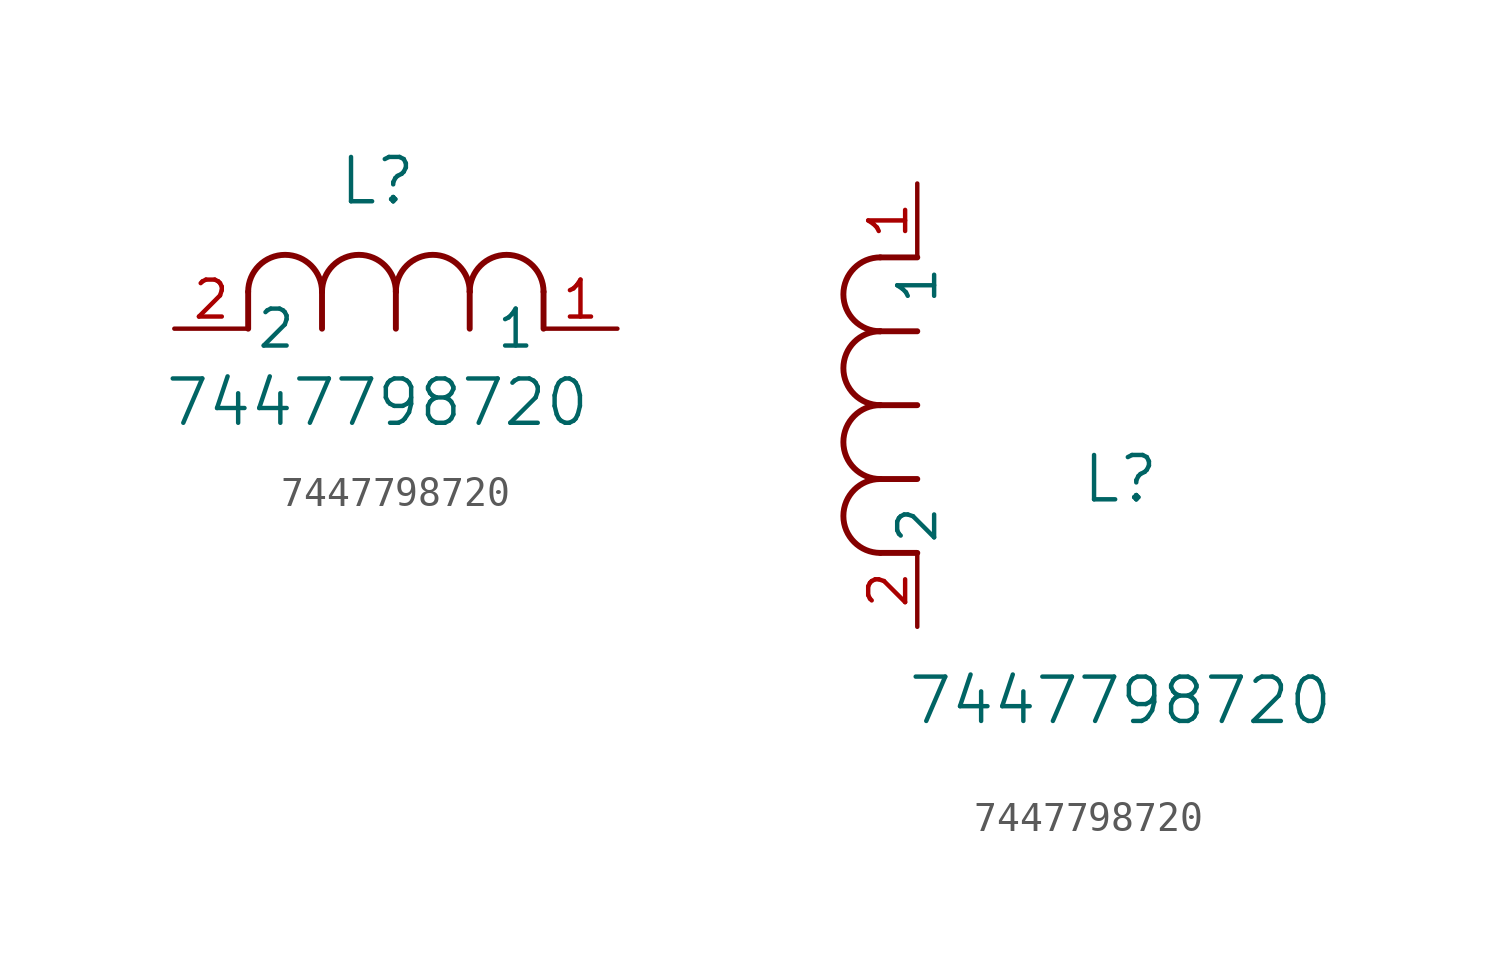
<source format=kicad_sym>
(kicad_symbol_lib
  (version 20211014)
  (generator kicad_symbol_editor)
  (symbol "7447798720"
    (pin_names
      (offset 0.254))
    (property "Reference" "L"
      (at 6.985 5.08 0)
      (effects (font (size 1.524 1.524))))
    (property "Value" "7447798720"
      (at 6.985 -2.54 0)
      (effects (font (size 1.524 1.524))))
    (symbol "7447798720_1_1"
      (arc (start 7.62 1.27) (mid 6.35 2.54) (end 5.08 1.27) (stroke (width 0.2032) (type default) (color 0 0 0 0)) (fill (type none)))
      (polyline (pts (xy 5.08 0) (xy 5.08 1.27)) (stroke (width 0.203) (type default) (color 0 0 0 0)) (fill (type none)))
      (polyline (pts (xy 7.62 0) (xy 7.62 1.27)) (stroke (width 0.203) (type default) (color 0 0 0 0)) (fill (type none)))
      (polyline (pts (xy 12.7 0) (xy 12.7 1.27)) (stroke (width 0.203) (type default) (color 0 0 0 0)) (fill (type none)))
      (arc (start 5.08 1.27) (mid 3.81 2.54) (end 2.54 1.27) (stroke (width 0.2032) (type default) (color 0 0 0 0)) (fill (type none)))
      (arc (start 10.16 1.27) (mid 8.89 2.54) (end 7.62 1.27) (stroke (width 0.2032) (type default) (color 0 0 0 0)) (fill (type none)))
      (arc (start 12.7 1.27) (mid 11.43 2.54) (end 10.16 1.27) (stroke (width 0.2032) (type default) (color 0 0 0 0)) (fill (type none)))
      (polyline (pts (xy 2.54 0) (xy 2.54 1.27)) (stroke (width 0.203) (type default) (color 0 0 0 0)) (fill (type none)))
      (polyline (pts (xy 10.16 0) (xy 10.16 1.27)) (stroke (width 0.203) (type default) (color 0 0 0 0)) (fill (type none)))
      (pin unspecified line (at 0 0 0) (length 2.54) (name "2" (effects (font (size 1.27 1.27)))) (number "2" (effects (font (size 1.27 1.27)))))
      (pin unspecified line (at 15.24 0 180) (length 2.54) (name "1" (effects (font (size 1.27 1.27)))) (number "1" (effects (font (size 1.27 1.27))))))
    (symbol "7447798720_1_2"
      (arc (start -1.27 7.62) (mid -2.54 6.35) (end -1.27 5.08) (stroke (width 0.2032) (type default) (color 0 0 0 0)) (fill (type none)))
      (arc (start -1.27 5.08) (mid -2.54 3.81) (end -1.27 2.54) (stroke (width 0.2032) (type default) (color 0 0 0 0)) (fill (type none)))
      (arc (start -1.27 12.7) (mid -2.54 11.43) (end -1.27 10.16) (stroke (width 0.2032) (type default) (color 0 0 0 0)) (fill (type none)))
      (arc (start -1.27 10.16) (mid -2.54 8.89) (end -1.27 7.62) (stroke (width 0.2032) (type default) (color 0 0 0 0)) (fill (type none)))
      (polyline (pts (xy 0 7.62) (xy -1.27 7.62)) (stroke (width 0.203) (type default) (color 0 0 0 0)) (fill (type none)))
      (polyline (pts (xy 0 5.08) (xy -1.27 5.08)) (stroke (width 0.203) (type default) (color 0 0 0 0)) (fill (type none)))
      (polyline (pts (xy 0 12.7) (xy -1.27 12.7)) (stroke (width 0.203) (type default) (color 0 0 0 0)) (fill (type none)))
      (polyline (pts (xy 0 2.54) (xy -1.27 2.54)) (stroke (width 0.203) (type default) (color 0 0 0 0)) (fill (type none)))
      (polyline (pts (xy 0 10.16) (xy -1.27 10.16)) (stroke (width 0.203) (type default) (color 0 0 0 0)) (fill (type none)))
      (pin unspecified line (at 0 0 90) (length 2.54) (name "2" (effects (font (size 1.27 1.27)))) (number "2" (effects (font (size 1.27 1.27)))))
      (pin unspecified line (at 0 15.24 270) (length 2.54) (name "1" (effects (font (size 1.27 1.27)))) (number "1" (effects (font (size 1.27 1.27))))))))
</source>
